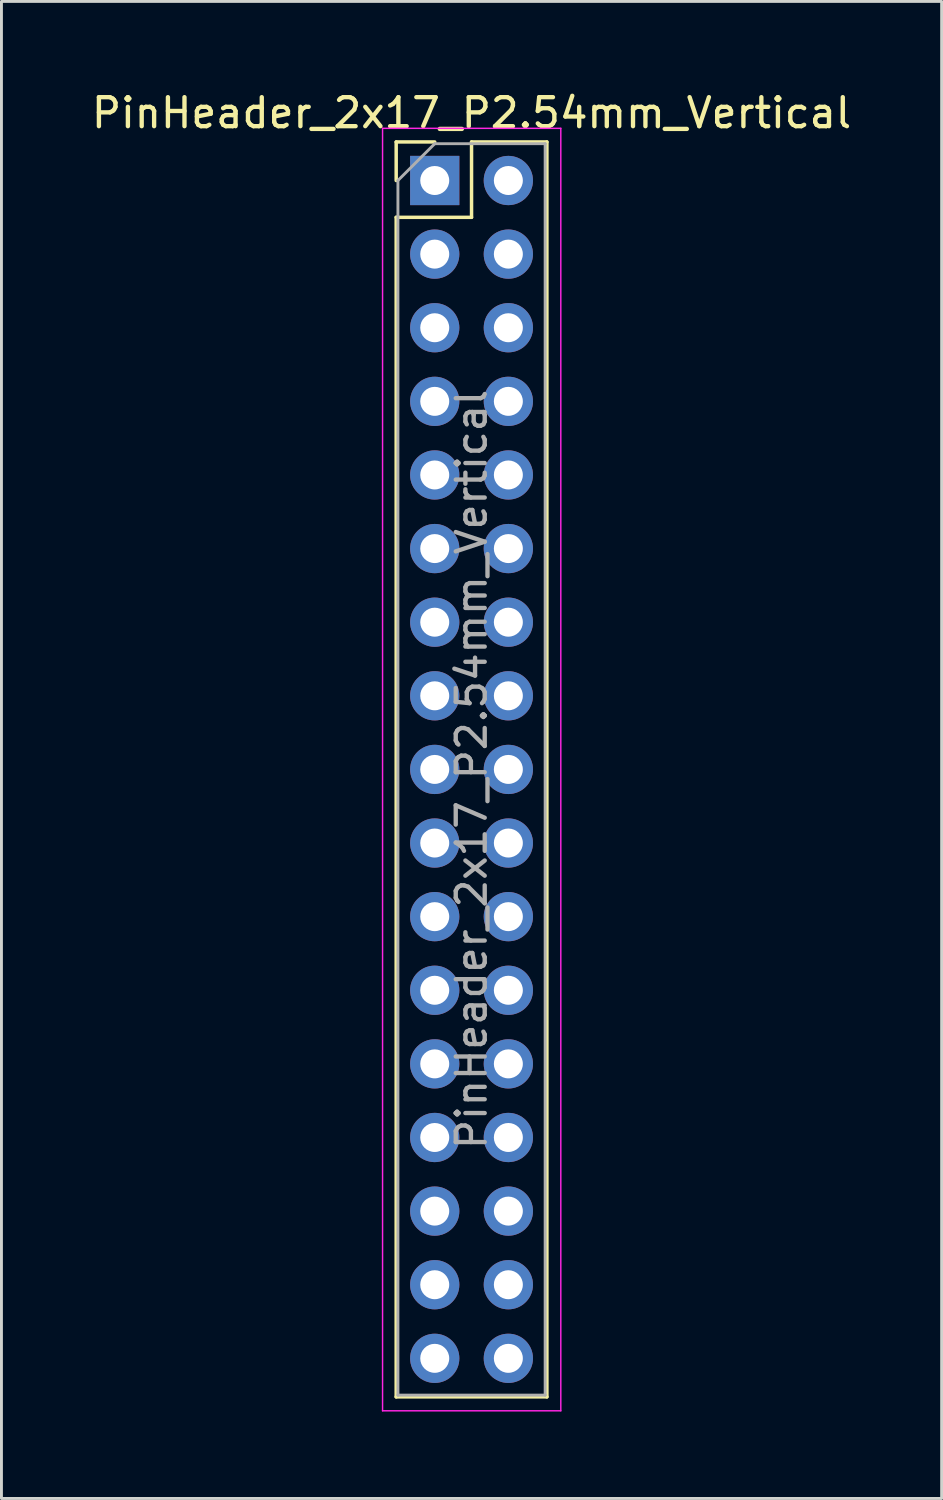
<source format=kicad_pcb>
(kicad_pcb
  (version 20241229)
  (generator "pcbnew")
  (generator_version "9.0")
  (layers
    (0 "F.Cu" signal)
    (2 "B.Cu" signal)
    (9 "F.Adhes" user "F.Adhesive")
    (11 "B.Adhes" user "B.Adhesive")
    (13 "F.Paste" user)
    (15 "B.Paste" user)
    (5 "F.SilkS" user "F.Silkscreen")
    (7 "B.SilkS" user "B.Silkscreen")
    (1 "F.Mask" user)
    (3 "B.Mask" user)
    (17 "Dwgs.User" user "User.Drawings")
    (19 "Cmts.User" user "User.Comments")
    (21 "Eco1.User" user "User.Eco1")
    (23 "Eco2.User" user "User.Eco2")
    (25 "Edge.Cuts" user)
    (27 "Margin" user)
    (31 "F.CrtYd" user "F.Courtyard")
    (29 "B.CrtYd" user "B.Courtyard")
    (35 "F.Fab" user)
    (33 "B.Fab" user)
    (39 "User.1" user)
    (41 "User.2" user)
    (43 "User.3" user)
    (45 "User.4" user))
  (footprint "PinHeader_2x17_P2.54mm_Vertical"
    (layer "F.Cu")
    (at 11.95 3.178)
    (property "Reference" "PinHeader_2x17_P2.54mm_Vertical" (at 1.27 -2.33 0) (layer "F.SilkS") (effects (font (size 1 1) (thickness 0.15))))
    (attr through_hole)
    (fp_line (start -1.33 -1.33) (end 0 -1.33) (stroke (width 0.12) (type solid)) (layer "F.SilkS"))
    (fp_line (start -1.33 0) (end -1.33 -1.33) (stroke (width 0.12) (type solid)) (layer "F.SilkS"))
    (fp_line (start -1.33 1.27) (end -1.33 41.97) (stroke (width 0.12) (type solid)) (layer "F.SilkS"))
    (fp_line (start -1.33 1.27) (end 1.27 1.27) (stroke (width 0.12) (type solid)) (layer "F.SilkS"))
    (fp_line (start -1.33 41.97) (end 3.87 41.97) (stroke (width 0.12) (type solid)) (layer "F.SilkS"))
    (fp_line (start 1.27 -1.33) (end 3.87 -1.33) (stroke (width 0.12) (type solid)) (layer "F.SilkS"))
    (fp_line (start 1.27 1.27) (end 1.27 -1.33) (stroke (width 0.12) (type solid)) (layer "F.SilkS"))
    (fp_line (start 3.87 -1.33) (end 3.87 41.97) (stroke (width 0.12) (type solid)) (layer "F.SilkS"))
    (fp_line (start -1.8 -1.8) (end -1.8 42.45) (stroke (width 0.05) (type solid)) (layer "F.CrtYd"))
    (fp_line (start -1.8 42.45) (end 4.35 42.45) (stroke (width 0.05) (type solid)) (layer "F.CrtYd"))
    (fp_line (start 4.35 -1.8) (end -1.8 -1.8) (stroke (width 0.05) (type solid)) (layer "F.CrtYd"))
    (fp_line (start 4.35 42.45) (end 4.35 -1.8) (stroke (width 0.05) (type solid)) (layer "F.CrtYd"))
    (fp_line (start -1.27 0) (end 0 -1.27) (stroke (width 0.1) (type solid)) (layer "F.Fab"))
    (fp_line (start -1.27 41.91) (end -1.27 0) (stroke (width 0.1) (type solid)) (layer "F.Fab"))
    (fp_line (start 0 -1.27) (end 3.81 -1.27) (stroke (width 0.1) (type solid)) (layer "F.Fab"))
    (fp_line (start 3.81 -1.27) (end 3.81 41.91) (stroke (width 0.1) (type solid)) (layer "F.Fab"))
    (fp_line (start 3.81 41.91) (end -1.27 41.91) (stroke (width 0.1) (type solid)) (layer "F.Fab"))
    (fp_text user "${REFERENCE}" (at 1.27 20.32 90) (layer "F.Fab") (effects (font (size 1 1) (thickness 0.15))))
    (pad "1" thru_hole rect (at 0 0) (size 1.7 1.7) (drill 1) (layers "*.Cu" "*.Mask"))
    (pad "2" thru_hole oval (at 2.54 0) (size 1.7 1.7) (drill 1) (layers "*.Cu" "*.Mask"))
    (pad "3" thru_hole oval (at 0 2.54) (size 1.7 1.7) (drill 1) (layers "*.Cu" "*.Mask"))
    (pad "4" thru_hole oval (at 2.54 2.54) (size 1.7 1.7) (drill 1) (layers "*.Cu" "*.Mask"))
    (pad "5" thru_hole oval (at 0 5.08) (size 1.7 1.7) (drill 1) (layers "*.Cu" "*.Mask"))
    (pad "6" thru_hole oval (at 2.54 5.08) (size 1.7 1.7) (drill 1) (layers "*.Cu" "*.Mask"))
    (pad "7" thru_hole oval (at 0 7.62) (size 1.7 1.7) (drill 1) (layers "*.Cu" "*.Mask"))
    (pad "8" thru_hole oval (at 2.54 7.62) (size 1.7 1.7) (drill 1) (layers "*.Cu" "*.Mask"))
    (pad "9" thru_hole oval (at 0 10.16) (size 1.7 1.7) (drill 1) (layers "*.Cu" "*.Mask"))
    (pad "10" thru_hole oval (at 2.54 10.16) (size 1.7 1.7) (drill 1) (layers "*.Cu" "*.Mask"))
    (pad "11" thru_hole oval (at 0 12.7) (size 1.7 1.7) (drill 1) (layers "*.Cu" "*.Mask"))
    (pad "12" thru_hole oval (at 2.54 12.7) (size 1.7 1.7) (drill 1) (layers "*.Cu" "*.Mask"))
    (pad "13" thru_hole oval (at 0 15.24) (size 1.7 1.7) (drill 1) (layers "*.Cu" "*.Mask"))
    (pad "14" thru_hole oval (at 2.54 15.24) (size 1.7 1.7) (drill 1) (layers "*.Cu" "*.Mask"))
    (pad "15" thru_hole oval (at 0 17.78) (size 1.7 1.7) (drill 1) (layers "*.Cu" "*.Mask"))
    (pad "16" thru_hole oval (at 2.54 17.78) (size 1.7 1.7) (drill 1) (layers "*.Cu" "*.Mask"))
    (pad "17" thru_hole oval (at 0 20.32) (size 1.7 1.7) (drill 1) (layers "*.Cu" "*.Mask"))
    (pad "18" thru_hole oval (at 2.54 20.32) (size 1.7 1.7) (drill 1) (layers "*.Cu" "*.Mask"))
    (pad "19" thru_hole oval (at 0 22.86) (size 1.7 1.7) (drill 1) (layers "*.Cu" "*.Mask"))
    (pad "20" thru_hole oval (at 2.54 22.86) (size 1.7 1.7) (drill 1) (layers "*.Cu" "*.Mask"))
    (pad "21" thru_hole oval (at 0 25.4) (size 1.7 1.7) (drill 1) (layers "*.Cu" "*.Mask"))
    (pad "22" thru_hole oval (at 2.54 25.4) (size 1.7 1.7) (drill 1) (layers "*.Cu" "*.Mask"))
    (pad "23" thru_hole oval (at 0 27.94) (size 1.7 1.7) (drill 1) (layers "*.Cu" "*.Mask"))
    (pad "24" thru_hole oval (at 2.54 27.94) (size 1.7 1.7) (drill 1) (layers "*.Cu" "*.Mask"))
    (pad "25" thru_hole oval (at 0 30.48) (size 1.7 1.7) (drill 1) (layers "*.Cu" "*.Mask"))
    (pad "26" thru_hole oval (at 2.54 30.48) (size 1.7 1.7) (drill 1) (layers "*.Cu" "*.Mask"))
    (pad "27" thru_hole oval (at 0 33.02) (size 1.7 1.7) (drill 1) (layers "*.Cu" "*.Mask"))
    (pad "28" thru_hole oval (at 2.54 33.02) (size 1.7 1.7) (drill 1) (layers "*.Cu" "*.Mask"))
    (pad "29" thru_hole oval (at 0 35.56) (size 1.7 1.7) (drill 1) (layers "*.Cu" "*.Mask"))
    (pad "30" thru_hole oval (at 2.54 35.56) (size 1.7 1.7) (drill 1) (layers "*.Cu" "*.Mask"))
    (pad "31" thru_hole oval (at 0 38.1) (size 1.7 1.7) (drill 1) (layers "*.Cu" "*.Mask"))
    (pad "32" thru_hole oval (at 2.54 38.1) (size 1.7 1.7) (drill 1) (layers "*.Cu" "*.Mask"))
    (pad "33" thru_hole oval (at 0 40.64) (size 1.7 1.7) (drill 1) (layers "*.Cu" "*.Mask"))
    (pad "34" thru_hole oval (at 2.54 40.64) (size 1.7 1.7) (drill 1) (layers "*.Cu" "*.Mask")))
  (gr_rect
    (start -3 -3)
    (end 29.44 48.653)
    (stroke (width 0.1) (type default))
    (fill no)
    (layer "Edge.Cuts")))
</source>
